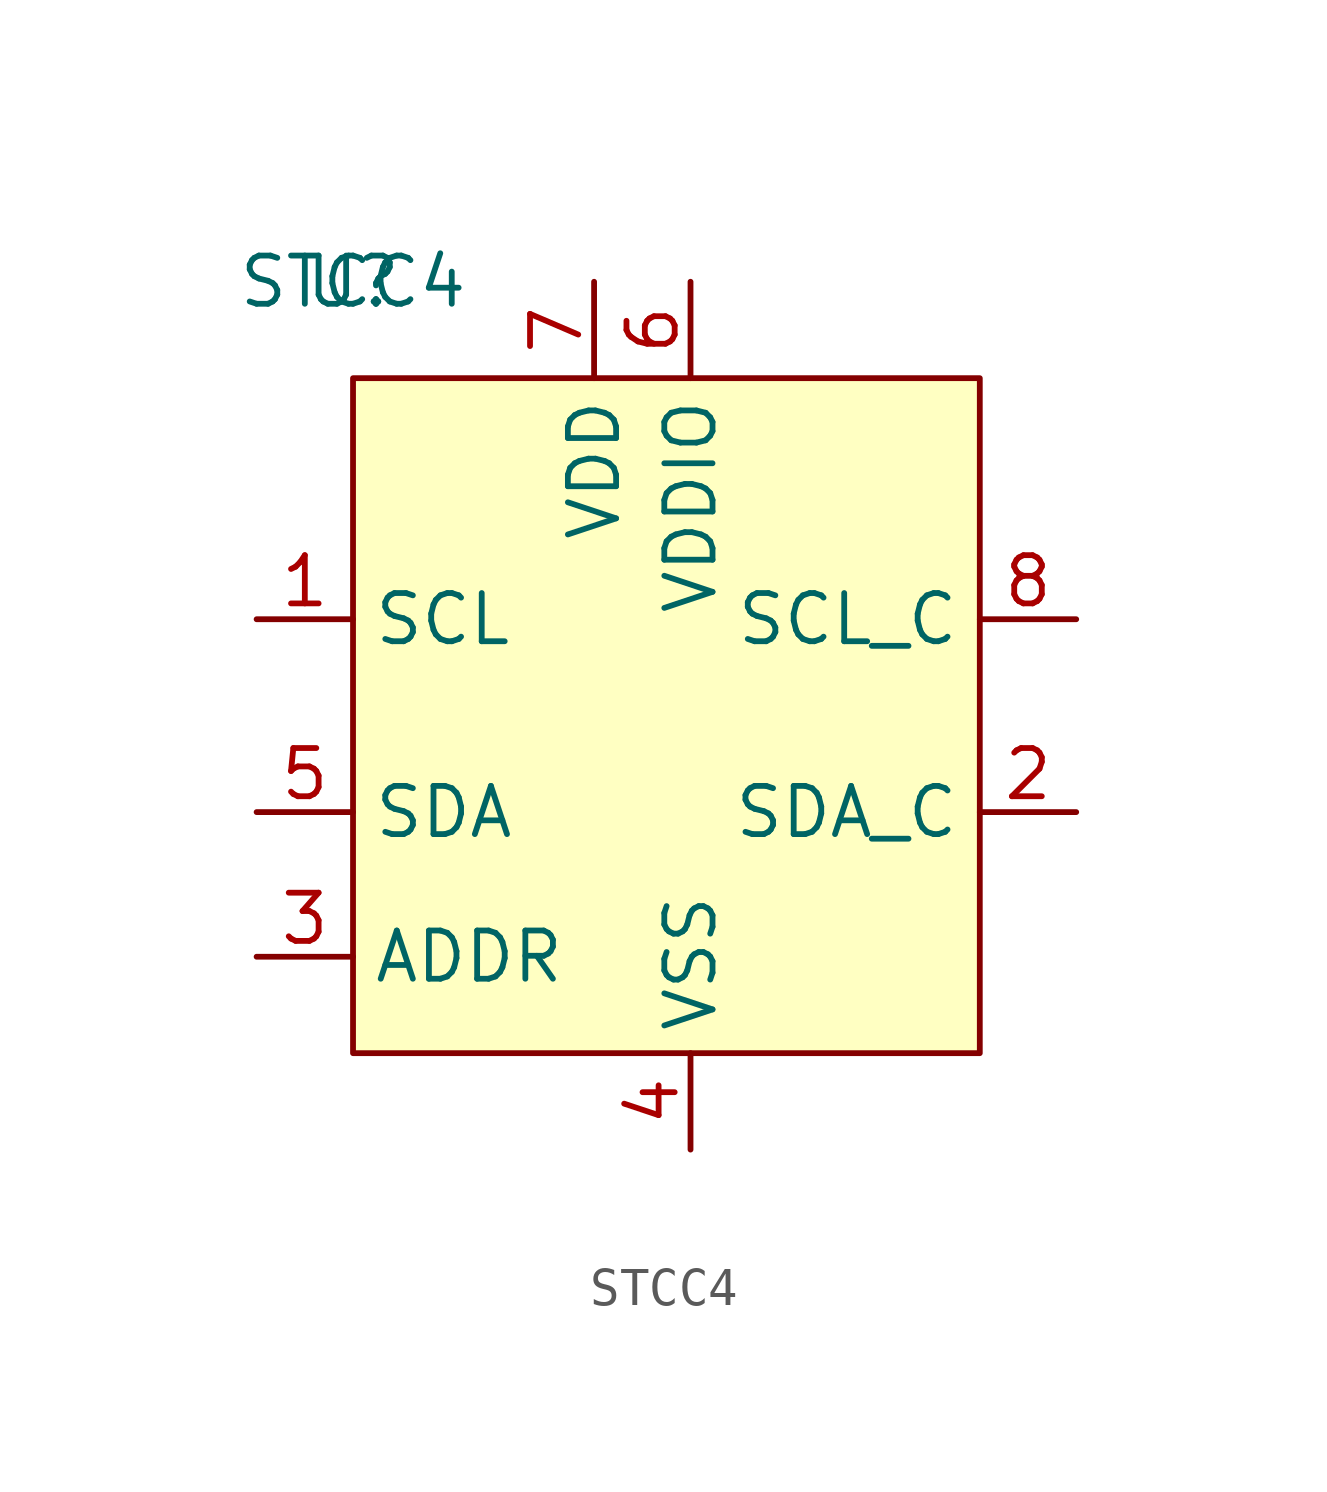
<source format=kicad_sym>
(kicad_symbol_lib
  (version 20241209)
  (generator "kicad_symbol_editor")
  (generator_version "9.0")
  (symbol "STCC4"
    (property "Reference" "U"
      (at 0 0 0)
      (effects (font (size 1.27 1.27))))
    (property "Value" "STCC4"
      (at 0 0 0)
      (effects (font (size 1.27 1.27))))
    (symbol "STCC4_0_0"
      (pin input line (at -2.54 -8.89 0) (length 2.54) (name "SCL" (effects (font (size 1.27 1.27)))) (number "1" (effects (font (size 1.27 1.27)))))
      (pin bidirectional line (at -2.54 -13.97 0) (length 2.54) (name "SDA" (effects (font (size 1.27 1.27)))) (number "5" (effects (font (size 1.27 1.27)))))
      (pin input line (at -2.54 -17.78 0) (length 2.54) (name "ADDR" (effects (font (size 1.27 1.27)))) (number "3" (effects (font (size 1.27 1.27)))))
      (pin power_in line (at 6.35 0 270) (length 2.54) (name "VDD" (effects (font (size 1.27 1.27)))) (number "7" (effects (font (size 1.27 1.27)))))
      (pin power_in line (at 8.89 0 270) (length 2.54) (name "VDDIO" (effects (font (size 1.27 1.27)))) (number "6" (effects (font (size 1.27 1.27)))))
      (pin power_in line (at 8.89 -22.86 90) (length 2.54) (name "VSS" (effects (font (size 1.27 1.27)))) (number "4" (effects (font (size 1.27 1.27)))))
      (pin output line (at 19.05 -8.89 180) (length 2.54) (name "SCL_C" (effects (font (size 1.27 1.27)))) (number "8" (effects (font (size 1.27 1.27)))))
      (pin bidirectional line (at 19.05 -13.97 180) (length 2.54) (name "SDA_C" (effects (font (size 1.27 1.27)))) (number "2" (effects (font (size 1.27 1.27))))))
    (symbol "STCC4_1_1"
      (rectangle (start 0 -2.54) (end 16.51 -20.32) (stroke (width 0) (type solid)) (fill (type background))))))
</source>
